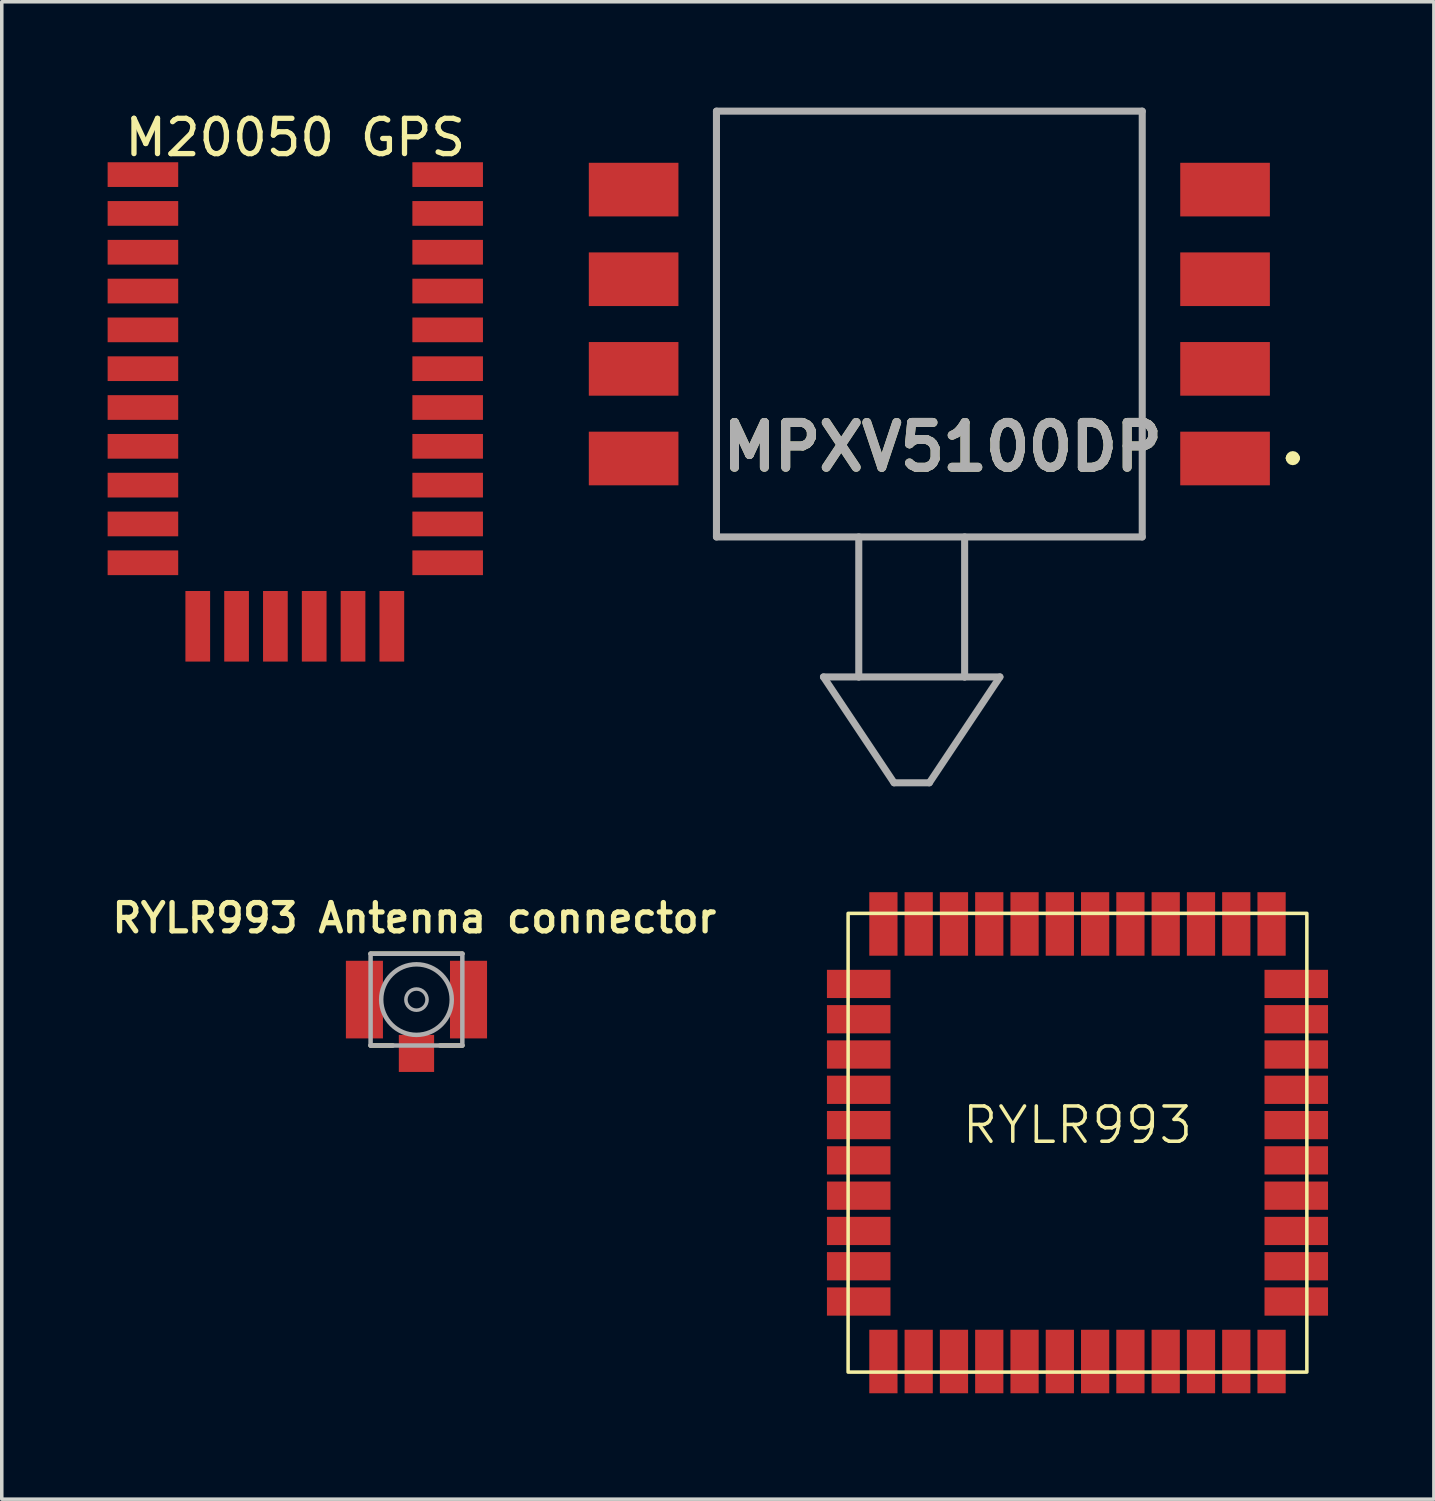
<source format=kicad_pcb>
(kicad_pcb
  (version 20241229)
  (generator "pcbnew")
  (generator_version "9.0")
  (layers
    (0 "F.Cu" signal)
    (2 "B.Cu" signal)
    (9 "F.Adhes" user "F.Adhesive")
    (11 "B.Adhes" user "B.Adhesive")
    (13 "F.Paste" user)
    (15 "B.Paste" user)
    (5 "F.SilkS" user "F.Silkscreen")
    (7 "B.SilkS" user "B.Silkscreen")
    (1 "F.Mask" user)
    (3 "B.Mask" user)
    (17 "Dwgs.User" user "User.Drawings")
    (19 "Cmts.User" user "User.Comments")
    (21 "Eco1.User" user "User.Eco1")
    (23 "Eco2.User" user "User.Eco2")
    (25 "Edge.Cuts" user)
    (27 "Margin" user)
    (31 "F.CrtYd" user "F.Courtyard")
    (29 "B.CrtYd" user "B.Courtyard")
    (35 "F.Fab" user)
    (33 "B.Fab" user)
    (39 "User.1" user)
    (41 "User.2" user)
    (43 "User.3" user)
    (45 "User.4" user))
  (footprint "RYLR993"
    (layer "F.Cu")
    (at 27.484 29.333)
    (property "Reference" "RYLR993" (at 0 -0.5 0) (unlocked yes) (layer "F.SilkS") (effects (font (size 1 1) (thickness 0.1))))
    (attr smd)
    (fp_rect (start -6.5 -6.5) (end 6.5 6.5) (stroke (width 0.1) (type default)) (fill no) (layer "F.SilkS"))
    (pad "1" smd rect (at -6.2 -4.5 90) (size 0.8 1.8) (layers "F.Cu" "F.Mask" "F.Paste"))
    (pad "2" smd rect (at -6.2 -3.5 90) (size 0.8 1.8) (layers "F.Cu" "F.Mask" "F.Paste"))
    (pad "3" smd rect (at -6.2 -2.5 90) (size 0.8 1.8) (layers "F.Cu" "F.Mask" "F.Paste"))
    (pad "4" smd rect (at -6.2 -1.5 90) (size 0.8 1.8) (layers "F.Cu" "F.Mask" "F.Paste"))
    (pad "5" smd rect (at -6.2 -0.5 90) (size 0.8 1.8) (layers "F.Cu" "F.Mask" "F.Paste"))
    (pad "6" smd rect (at -6.2 0.5 90) (size 0.8 1.8) (layers "F.Cu" "F.Mask" "F.Paste"))
    (pad "7" smd rect (at -6.2 1.5 90) (size 0.8 1.8) (layers "F.Cu" "F.Mask" "F.Paste"))
    (pad "8" smd rect (at -6.2 2.5 90) (size 0.8 1.8) (layers "F.Cu" "F.Mask" "F.Paste"))
    (pad "9" smd rect (at -6.2 3.5 90) (size 0.8 1.8) (layers "F.Cu" "F.Mask" "F.Paste"))
    (pad "10" smd rect (at -6.2 4.5 90) (size 0.8 1.8) (layers "F.Cu" "F.Mask" "F.Paste"))
    (pad "11" smd rect (at -5.5 6.2) (size 0.8 1.8) (layers "F.Cu" "F.Mask" "F.Paste"))
    (pad "12" smd rect (at -4.5 6.2) (size 0.8 1.8) (layers "F.Cu" "F.Mask" "F.Paste"))
    (pad "13" smd rect (at -3.5 6.2) (size 0.8 1.8) (layers "F.Cu" "F.Mask" "F.Paste"))
    (pad "14" smd rect (at -2.5 6.2) (size 0.8 1.8) (layers "F.Cu" "F.Mask" "F.Paste"))
    (pad "15" smd rect (at -1.5 6.2) (size 0.8 1.8) (layers "F.Cu" "F.Mask" "F.Paste"))
    (pad "16" smd rect (at -0.5 6.2) (size 0.8 1.8) (layers "F.Cu" "F.Mask" "F.Paste"))
    (pad "17" smd rect (at 0.5 6.2) (size 0.8 1.8) (layers "F.Cu" "F.Mask" "F.Paste"))
    (pad "18" smd rect (at 1.5 6.2) (size 0.8 1.8) (layers "F.Cu" "F.Mask" "F.Paste"))
    (pad "19" smd rect (at 2.5 6.2) (size 0.8 1.8) (layers "F.Cu" "F.Mask" "F.Paste"))
    (pad "20" smd rect (at 3.5 6.2) (size 0.8 1.8) (layers "F.Cu" "F.Mask" "F.Paste"))
    (pad "21" smd rect (at 4.5 6.2) (size 0.8 1.8) (layers "F.Cu" "F.Mask" "F.Paste"))
    (pad "22" smd rect (at 5.5 6.2) (size 0.8 1.8) (layers "F.Cu" "F.Mask" "F.Paste"))
    (pad "23" smd rect (at 6.2 4.5 90) (size 0.8 1.8) (layers "F.Cu" "F.Mask" "F.Paste"))
    (pad "24" smd rect (at 6.2 3.5 90) (size 0.8 1.8) (layers "F.Cu" "F.Mask" "F.Paste"))
    (pad "25" smd rect (at 6.2 2.5 90) (size 0.8 1.8) (layers "F.Cu" "F.Mask" "F.Paste"))
    (pad "26" smd rect (at 6.2 1.5 90) (size 0.8 1.8) (layers "F.Cu" "F.Mask" "F.Paste"))
    (pad "27" smd rect (at 6.2 0.5 90) (size 0.8 1.8) (layers "F.Cu" "F.Mask" "F.Paste"))
    (pad "28" smd rect (at 6.2 -0.5 90) (size 0.8 1.8) (layers "F.Cu" "F.Mask" "F.Paste"))
    (pad "29" smd rect (at 6.2 -1.5 90) (size 0.8 1.8) (layers "F.Cu" "F.Mask" "F.Paste"))
    (pad "30" smd rect (at 6.2 -2.5 90) (size 0.8 1.8) (layers "F.Cu" "F.Mask" "F.Paste"))
    (pad "31" smd rect (at 6.2 -3.5 90) (size 0.8 1.8) (layers "F.Cu" "F.Mask" "F.Paste"))
    (pad "32" smd rect (at 6.2 -4.5 90) (size 0.8 1.8) (layers "F.Cu" "F.Mask" "F.Paste"))
    (pad "33" smd rect (at 5.5 -6.2) (size 0.8 1.8) (layers "F.Cu" "F.Mask" "F.Paste"))
    (pad "34" smd rect (at 4.5 -6.2) (size 0.8 1.8) (layers "F.Cu" "F.Mask" "F.Paste"))
    (pad "35" smd rect (at 3.5 -6.2) (size 0.8 1.8) (layers "F.Cu" "F.Mask" "F.Paste"))
    (pad "36" smd rect (at 2.5 -6.2) (size 0.8 1.8) (layers "F.Cu" "F.Mask" "F.Paste"))
    (pad "37" smd rect (at 1.5 -6.2) (size 0.8 1.8) (layers "F.Cu" "F.Mask" "F.Paste"))
    (pad "38" smd rect (at 0.5 -6.2) (size 0.8 1.8) (layers "F.Cu" "F.Mask" "F.Paste"))
    (pad "39" smd rect (at -0.5 -6.2) (size 0.8 1.8) (layers "F.Cu" "F.Mask" "F.Paste"))
    (pad "40" smd rect (at -1.5 -6.2) (size 0.8 1.8) (layers "F.Cu" "F.Mask" "F.Paste"))
    (pad "41" smd rect (at -2.5 -6.2) (size 0.8 1.8) (layers "F.Cu" "F.Mask" "F.Paste"))
    (pad "42" smd rect (at -3.5 -6.2) (size 0.8 1.8) (layers "F.Cu" "F.Mask" "F.Paste"))
    (pad "43" smd rect (at -4.5 -6.2) (size 0.8 1.8) (layers "F.Cu" "F.Mask" "F.Paste"))
    (pad "44" smd rect (at -5.5 -6.2) (size 0.8 1.8) (layers "F.Cu" "F.Mask" "F.Paste")))
  (footprint "RYLR993 Antenna connector"
    (layer "F.Cu")
    (at 8.752 25.277)
    (property "Reference" "RYLR993 Antenna connector" (at -0.06 -2.312 0) (layer "F.SilkS") (effects (font (size 0.801 0.801) (thickness 0.15))))
    (attr smd)
    (fp_line (start -1.3 -1.3) (end 1.3 -1.3) (stroke (width 0.127) (type solid)) (layer "F.SilkS"))
    (fp_line (start -1.3 1.3) (end -0.67 1.3) (stroke (width 0.127) (type solid)) (layer "F.SilkS"))
    (fp_line (start 1.3 1.3) (end 0.67 1.3) (stroke (width 0.127) (type solid)) (layer "F.SilkS"))
    (fp_line (start -1.3 -1.3) (end 1.3 -1.3) (stroke (width 0.127) (type solid)) (layer "F.Fab"))
    (fp_line (start -1.3 1.3) (end -1.3 -1.3) (stroke (width 0.127) (type solid)) (layer "F.Fab"))
    (fp_line (start 1.3 -1.3) (end 1.3 1.3) (stroke (width 0.127) (type solid)) (layer "F.Fab"))
    (fp_line (start 1.3 1.3) (end -1.3 1.3) (stroke (width 0.127) (type solid)) (layer "F.Fab"))
    (fp_circle (center 0 0) (end 0.3 0) (stroke (width 0.1) (type solid)) (fill no) (layer "F.Fab"))
    (fp_circle (center 0 0) (end 1 0) (stroke (width 0.127) (type solid)) (fill no) (layer "F.Fab"))
    (pad "1" smd rect (at -1.475 0) (size 1.05 2.2) (layers "F.Cu" "F.Mask" "F.Paste"))
    (pad "2" smd rect (at 0 1.525) (size 1 1.05) (layers "F.Cu" "F.Mask" "F.Paste"))
    (pad "3" smd rect (at 1.475 0) (size 1.05 2.2) (layers "F.Cu" "F.Mask" "F.Paste"))
    (zone (net_name "") (layer "F.Cu") (hatch full 0.508) (connect_pads) (min_thickness 0.01) (filled_areas_thickness no) (keepout (tracks not_allowed) (vias not_allowed) (pads not_allowed) (copperpour not_allowed) (footprints allowed)) (placement (enabled no)) (fill) (polygon (pts (xy 7.802 24.177) (xy 9.702 24.177) (xy 9.702 26.277) (xy 7.802 26.277)))))
  (footprint "MPXV5100DP"
    (layer "F.Cu")
    (at 23.286 6.133)
    (property "Reference" "MPXV5100DP" (at 0.375 3.484 0) (layer "F.SilkS") (effects (font (size 1.27 1.27) (thickness 0.254))))
    (attr smd)
    (fp_line (start -6 -6.033) (end 6.033 -6.033) (stroke (width 0.1) (type solid)) (layer "F.SilkS"))
    (fp_line (start -6 6.033) (end -6 -6.033) (stroke (width 0.1) (type solid)) (layer "F.SilkS"))
    (fp_line (start -3 10) (end -1 13) (stroke (width 0.1) (type solid)) (layer "F.SilkS"))
    (fp_line (start -2 6) (end -2 10) (stroke (width 0.1) (type solid)) (layer "F.SilkS"))
    (fp_line (start -2 10) (end -3 10) (stroke (width 0.1) (type solid)) (layer "F.SilkS"))
    (fp_line (start -2 10) (end 1 10) (stroke (width 0.1) (type solid)) (layer "F.SilkS"))
    (fp_line (start -1 13) (end 0 13) (stroke (width 0.1) (type solid)) (layer "F.SilkS"))
    (fp_line (start 0 13) (end 2 10) (stroke (width 0.1) (type solid)) (layer "F.SilkS"))
    (fp_line (start 1 10) (end 1 6.033) (stroke (width 0.1) (type solid)) (layer "F.SilkS"))
    (fp_line (start 2 10) (end 1 10) (stroke (width 0.1) (type solid)) (layer "F.SilkS"))
    (fp_line (start 6.033 -6.033) (end 6.033 6.033) (stroke (width 0.1) (type solid)) (layer "F.SilkS"))
    (fp_line (start 6.033 6.033) (end -6 6.033) (stroke (width 0.1) (type solid)) (layer "F.SilkS"))
    (fp_line (start 10.2 3.8) (end 10.2 3.8) (stroke (width 0.2) (type solid)) (layer "F.SilkS"))
    (fp_line (start 10.4 3.8) (end 10.4 3.8) (stroke (width 0.2) (type solid)) (layer "F.SilkS"))
    (fp_arc (start 10.2 3.8) (mid 10.3 3.7) (end 10.4 3.8) (stroke (width 0.2) (type solid)) (layer "F.SilkS"))
    (fp_arc (start 10.4 3.8) (mid 10.3 3.9) (end 10.2 3.8) (stroke (width 0.2) (type solid)) (layer "F.SilkS"))
    (fp_line (start -6.033 -6.033) (end 6.033 -6.033) (stroke (width 0.2) (type solid)) (layer "F.Fab"))
    (fp_line (start -6.033 6.033) (end -6.033 -6.033) (stroke (width 0.2) (type solid)) (layer "F.Fab"))
    (fp_line (start -3 10) (end -1 13) (stroke (width 0.2) (type solid)) (layer "F.Fab"))
    (fp_line (start -2 6.033) (end -2 10) (stroke (width 0.2) (type solid)) (layer "F.Fab"))
    (fp_line (start -2 10) (end -3 10) (stroke (width 0.2) (type solid)) (layer "F.Fab"))
    (fp_line (start -2 10) (end 1 10) (stroke (width 0.2) (type solid)) (layer "F.Fab"))
    (fp_line (start 0 13) (end -1 13) (stroke (width 0.2) (type solid)) (layer "F.Fab"))
    (fp_line (start 1 10) (end 1 6.033) (stroke (width 0.2) (type solid)) (layer "F.Fab"))
    (fp_line (start 1 10) (end 2 10) (stroke (width 0.2) (type solid)) (layer "F.Fab"))
    (fp_line (start 2 10) (end 0 13) (stroke (width 0.2) (type solid)) (layer "F.Fab"))
    (fp_line (start 6.033 -6.033) (end 6.033 6.033) (stroke (width 0.2) (type solid)) (layer "F.Fab"))
    (fp_line (start 6.033 6.033) (end -6.033 6.033) (stroke (width 0.2) (type solid)) (layer "F.Fab"))
    (fp_text user "${REFERENCE}" (at 0.375 3.484 0) (layer "F.Fab") (effects (font (size 1.27 1.27) (thickness 0.254))))
    (pad "1" smd rect (at 8.38 3.81 90) (size 1.52 2.54) (layers "F.Cu" "F.Mask" "F.Paste"))
    (pad "2" smd rect (at 8.38 1.27 90) (size 1.52 2.54) (layers "F.Cu" "F.Mask" "F.Paste"))
    (pad "3" smd rect (at 8.38 -1.27 90) (size 1.52 2.54) (layers "F.Cu" "F.Mask" "F.Paste"))
    (pad "4" smd rect (at 8.38 -3.81 90) (size 1.52 2.54) (layers "F.Cu" "F.Mask" "F.Paste"))
    (pad "5" smd rect (at -8.38 -3.81 90) (size 1.52 2.54) (layers "F.Cu" "F.Mask" "F.Paste"))
    (pad "6" smd rect (at -8.38 -1.27 90) (size 1.52 2.54) (layers "F.Cu" "F.Mask" "F.Paste"))
    (pad "7" smd rect (at -8.38 1.27 90) (size 1.52 2.54) (layers "F.Cu" "F.Mask" "F.Paste"))
    (pad "8" smd rect (at -8.38 3.81 90) (size 1.52 2.54) (layers "F.Cu" "F.Mask" "F.Paste")))
  (footprint "M20050 GPS"
    (layer "F.Cu")
    (at 5.318 8.298)
    (property "Reference" "M20050 GPS" (at -0.000005 -7.45 0) (layer "F.SilkS") (effects (font (size 1 1) (thickness 0.15))))
    (pad "1" smd rect (at -4.318 -6.4 270) (size 0.7 2) (layers "F.Cu" "F.Mask" "F.Paste"))
    (pad "2" smd rect (at -4.318 -5.3 270) (size 0.7 2) (layers "F.Cu" "F.Mask" "F.Paste"))
    (pad "3" smd rect (at -4.318 -4.2 270) (size 0.7 2) (layers "F.Cu" "F.Mask" "F.Paste"))
    (pad "4" smd rect (at -4.318 -3.1 270) (size 0.7 2) (layers "F.Cu" "F.Mask" "F.Paste"))
    (pad "5" smd rect (at -4.318 -2 270) (size 0.7 2) (layers "F.Cu" "F.Mask" "F.Paste"))
    (pad "6" smd rect (at -4.318 -0.9 270) (size 0.7 2) (layers "F.Cu" "F.Mask" "F.Paste"))
    (pad "7" smd rect (at -4.318 0.2 270) (size 0.7 2) (layers "F.Cu" "F.Mask" "F.Paste"))
    (pad "8" smd rect (at -4.318 1.3 270) (size 0.7 2) (layers "F.Cu" "F.Mask" "F.Paste"))
    (pad "9" smd rect (at -4.318 2.4 270) (size 0.7 2) (layers "F.Cu" "F.Mask" "F.Paste"))
    (pad "10" smd rect (at -4.318 3.5 270) (size 0.7 2) (layers "F.Cu" "F.Mask" "F.Paste"))
    (pad "11" smd rect (at -4.318 4.6 270) (size 0.7 2) (layers "F.Cu" "F.Mask" "F.Paste"))
    (pad "12" smd rect (at -2.764 6.4) (size 0.7 2) (layers "F.Cu" "F.Mask" "F.Paste"))
    (pad "13" smd rect (at -1.664 6.4) (size 0.7 2) (layers "F.Cu" "F.Mask" "F.Paste"))
    (pad "14" smd rect (at -0.564 6.4) (size 0.7 2) (layers "F.Cu" "F.Mask" "F.Paste"))
    (pad "15" smd rect (at 0.536 6.4) (size 0.7 2) (layers "F.Cu" "F.Mask" "F.Paste"))
    (pad "16" smd rect (at 1.636 6.4) (size 0.7 2) (layers "F.Cu" "F.Mask" "F.Paste"))
    (pad "17" smd rect (at 2.736 6.4) (size 0.7 2) (layers "F.Cu" "F.Mask" "F.Paste"))
    (pad "18" smd rect (at 4.318 4.6 90) (size 0.7 2) (layers "F.Cu" "F.Mask" "F.Paste"))
    (pad "19" smd rect (at 4.318 3.5 90) (size 0.7 2) (layers "F.Cu" "F.Mask" "F.Paste"))
    (pad "20" smd rect (at 4.318 2.4 90) (size 0.7 2) (layers "F.Cu" "F.Mask" "F.Paste"))
    (pad "21" smd rect (at 4.318 1.3 90) (size 0.7 2) (layers "F.Cu" "F.Mask" "F.Paste"))
    (pad "22" smd rect (at 4.318 0.2 90) (size 0.7 2) (layers "F.Cu" "F.Mask" "F.Paste"))
    (pad "23" smd rect (at 4.318 -0.9 90) (size 0.7 2) (layers "F.Cu" "F.Mask" "F.Paste"))
    (pad "24" smd rect (at 4.318 -2 90) (size 0.7 2) (layers "F.Cu" "F.Mask" "F.Paste"))
    (pad "25" smd rect (at 4.318 -3.1 90) (size 0.7 2) (layers "F.Cu" "F.Mask" "F.Paste"))
    (pad "26" smd rect (at 4.318 -4.2 90) (size 0.7 2) (layers "F.Cu" "F.Mask" "F.Paste"))
    (pad "27" smd rect (at 4.318 -5.3 90) (size 0.7 2) (layers "F.Cu" "F.Mask" "F.Paste"))
    (pad "28" smd rect (at 4.318 -6.4 270) (size 0.7 2) (layers "F.Cu" "F.Mask" "F.Paste")))
  (gr_rect
    (start -3 -3)
    (end 37.584 39.433)
    (stroke (width 0.1) (type default))
    (fill no)
    (layer "Edge.Cuts")))
</source>
